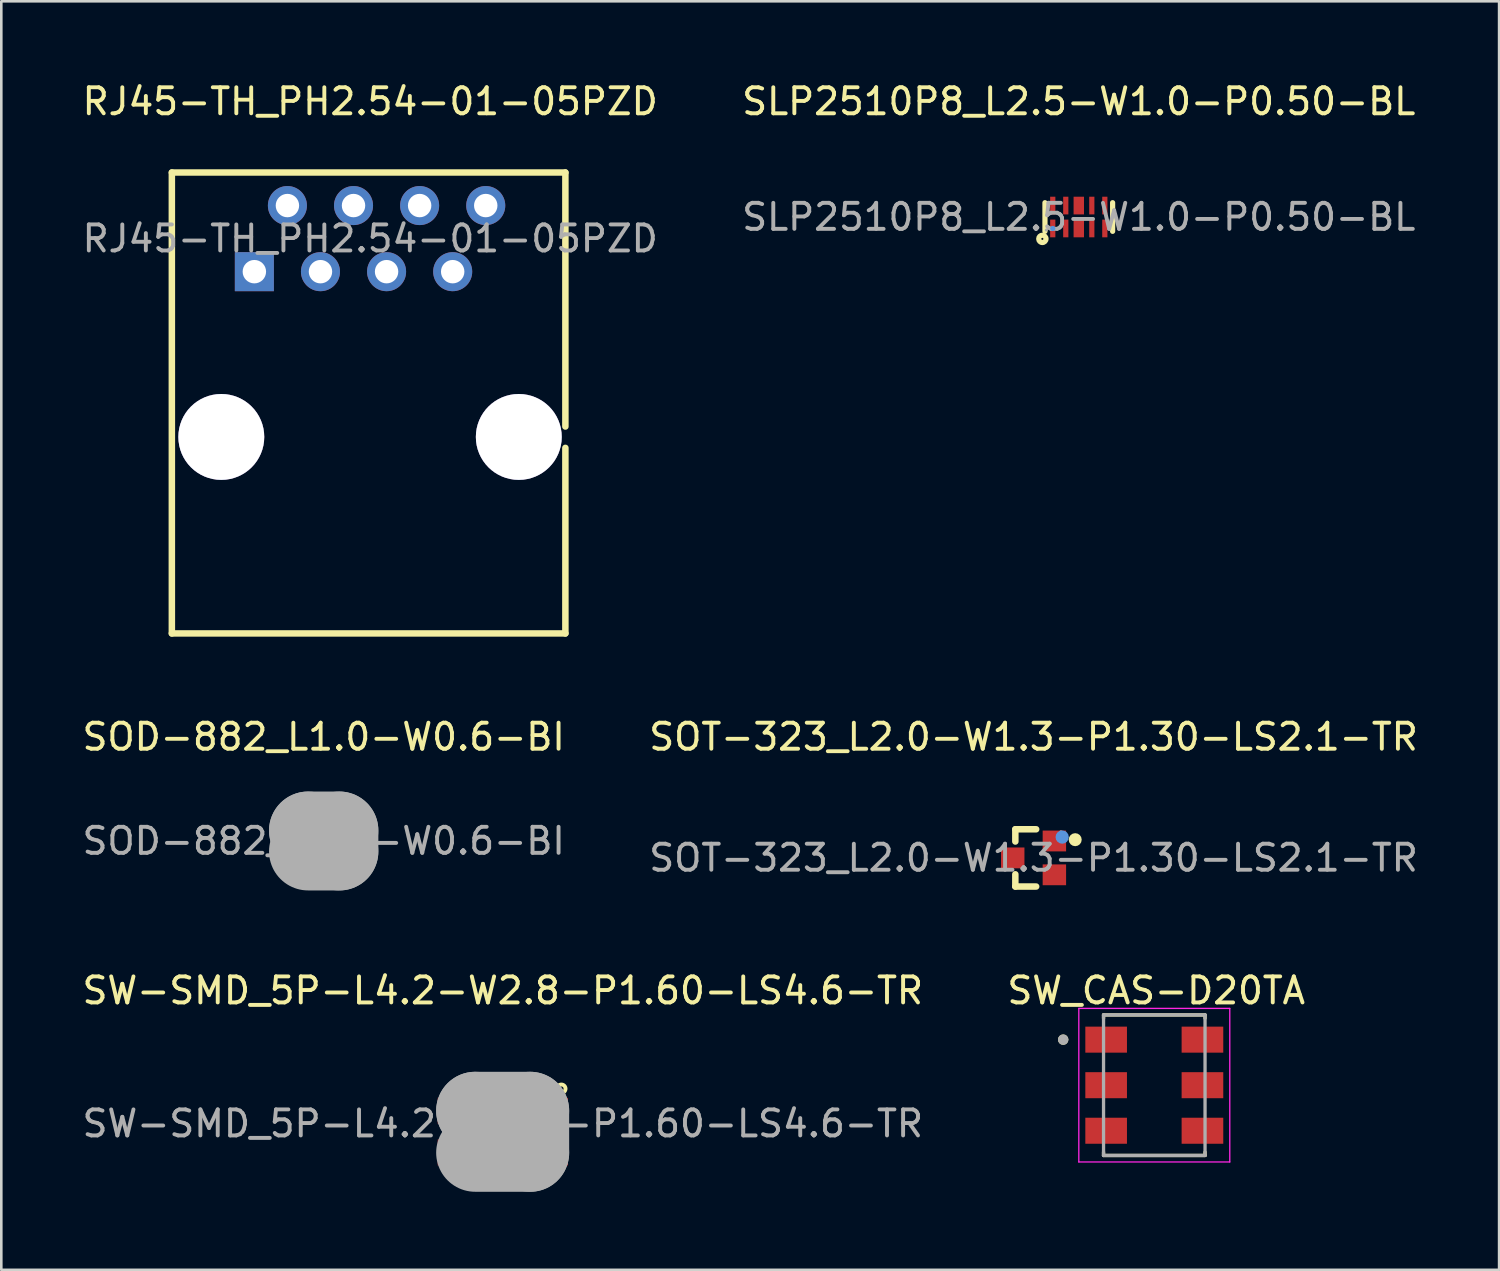
<source format=kicad_pcb>
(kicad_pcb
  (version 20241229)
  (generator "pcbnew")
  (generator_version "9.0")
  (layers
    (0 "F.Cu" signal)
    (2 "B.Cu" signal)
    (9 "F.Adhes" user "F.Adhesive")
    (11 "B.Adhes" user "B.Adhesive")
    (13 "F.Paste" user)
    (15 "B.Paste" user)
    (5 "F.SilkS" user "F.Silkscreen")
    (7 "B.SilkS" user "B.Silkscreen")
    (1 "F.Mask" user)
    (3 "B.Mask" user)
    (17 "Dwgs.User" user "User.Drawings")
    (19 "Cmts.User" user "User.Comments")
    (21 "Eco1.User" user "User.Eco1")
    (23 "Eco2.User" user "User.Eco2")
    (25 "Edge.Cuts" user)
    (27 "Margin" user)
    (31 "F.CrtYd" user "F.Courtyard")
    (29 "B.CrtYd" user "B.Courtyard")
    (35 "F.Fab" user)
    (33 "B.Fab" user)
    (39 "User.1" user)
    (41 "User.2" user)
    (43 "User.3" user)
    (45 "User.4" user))
  (footprint "SW_CAS-D20TA"
    (layer "F.Cu")
    (at 41.3 38.645)
    (property "Reference" "SW_CAS-D20TA" (at 0.075 -3.635 0) (layer "F.SilkS") (effects (font (size 1 1) (thickness 0.15))))
    (attr smd)
    (fp_line (start -1.95 -2.57) (end -1.95 -2.7) (stroke (width 0.127) (type solid)) (layer "F.SilkS"))
    (fp_line (start -1.95 2.57) (end -1.95 2.7) (stroke (width 0.127) (type solid)) (layer "F.SilkS"))
    (fp_line (start -1.95 2.7) (end 1.95 2.7) (stroke (width 0.127) (type solid)) (layer "F.SilkS"))
    (fp_line (start 1.95 -2.7) (end -1.95 -2.7) (stroke (width 0.127) (type solid)) (layer "F.SilkS"))
    (fp_line (start 1.95 -2.57) (end 1.95 -2.7) (stroke (width 0.127) (type solid)) (layer "F.SilkS"))
    (fp_line (start 1.95 2.57) (end 1.95 2.7) (stroke (width 0.127) (type solid)) (layer "F.SilkS"))
    (fp_circle (center -3.5 -1.75) (end -3.4 -1.75) (stroke (width 0.2) (type solid)) (fill no) (layer "F.SilkS"))
    (fp_line (start -2.9 -2.95) (end -2.9 2.95) (stroke (width 0.05) (type solid)) (layer "F.CrtYd"))
    (fp_line (start -2.9 2.95) (end 2.9 2.95) (stroke (width 0.05) (type solid)) (layer "F.CrtYd"))
    (fp_line (start 2.9 -2.95) (end -2.9 -2.95) (stroke (width 0.05) (type solid)) (layer "F.CrtYd"))
    (fp_line (start 2.9 2.95) (end 2.9 -2.95) (stroke (width 0.05) (type solid)) (layer "F.CrtYd"))
    (fp_line (start -1.95 -2.7) (end -1.95 2.7) (stroke (width 0.127) (type solid)) (layer "F.Fab"))
    (fp_line (start -1.95 2.7) (end 1.95 2.7) (stroke (width 0.127) (type solid)) (layer "F.Fab"))
    (fp_line (start 1.95 -2.7) (end -1.95 -2.7) (stroke (width 0.127) (type solid)) (layer "F.Fab"))
    (fp_line (start 1.95 2.7) (end 1.95 -2.7) (stroke (width 0.127) (type solid)) (layer "F.Fab"))
    (fp_circle (center -3.5 -1.75) (end -3.4 -1.75) (stroke (width 0.2) (type solid)) (fill no) (layer "F.Fab"))
    (pad "1" smd rect (at -1.85 -1.75) (size 1.6 1) (layers "F.Cu" "F.Mask" "F.Paste"))
    (pad "2" smd rect (at -1.85 0) (size 1.6 1) (layers "F.Cu" "F.Mask" "F.Paste"))
    (pad "3" smd rect (at -1.85 1.75) (size 1.6 1) (layers "F.Cu" "F.Mask" "F.Paste"))
    (pad "4" smd rect (at 1.85 -1.75) (size 1.6 1) (layers "F.Cu" "F.Mask" "F.Paste"))
    (pad "5" smd rect (at 1.85 0) (size 1.6 1) (layers "F.Cu" "F.Mask" "F.Paste"))
    (pad "6" smd rect (at 1.85 1.75) (size 1.6 1) (layers "F.Cu" "F.Mask" "F.Paste")))
  (footprint "RJ45-TH_PH2.54-01-05PZD"
    (layer "F.Cu")
    (at 11.173 6.118)
    (property "Reference" "RJ45-TH_PH2.54-01-05PZD" (at 0 -5.27 0) (layer "F.SilkS") (effects (font (size 1 1) (thickness 0.15))))
    (attr through_hole)
    (fp_line (start -7.62 -2.54) (end 7.5 -2.54) (stroke (width 0.25) (type solid)) (layer "F.SilkS"))
    (fp_line (start -7.62 15.17) (end -7.62 -2.54) (stroke (width 0.25) (type solid)) (layer "F.SilkS"))
    (fp_line (start 7.5 -2.54) (end 7.5 7.22) (stroke (width 0.25) (type solid)) (layer "F.SilkS"))
    (fp_line (start 7.5 8.04) (end 7.5 15.17) (stroke (width 0.25) (type solid)) (layer "F.SilkS"))
    (fp_line (start 7.5 15.17) (end -7.62 15.17) (stroke (width 0.25) (type solid)) (layer "F.SilkS"))
    (fp_text user "${REFERENCE}" (at 0 0 0) (layer "F.Fab") (effects (font (size 1 1) (thickness 0.15))))
    (pad "" thru_hole circle (at -5.72 7.62) (size 3.3 3.3) (drill 3.3) (layers "*.Cu" "*.Mask"))
    (pad "" thru_hole circle (at 5.71 7.62) (size 3.3 3.3) (drill 3.3) (layers "*.Cu" "*.Mask"))
    (pad "1" thru_hole rect (at -4.45 1.27) (size 1.5 1.5) (drill 0.9) (layers "*.Cu" "*.Mask"))
    (pad "2" thru_hole circle (at -3.18 -1.27) (size 1.5 1.5) (drill 0.9) (layers "*.Cu" "*.Mask"))
    (pad "3" thru_hole circle (at -1.91 1.27) (size 1.5 1.5) (drill 0.9) (layers "*.Cu" "*.Mask"))
    (pad "4" thru_hole circle (at -0.64 -1.27) (size 1.5 1.5) (drill 0.9) (layers "*.Cu" "*.Mask"))
    (pad "5" thru_hole circle (at 0.63 1.27) (size 1.5 1.5) (drill 0.9) (layers "*.Cu" "*.Mask"))
    (pad "6" thru_hole circle (at 1.9 -1.27) (size 1.5 1.5) (drill 0.9) (layers "*.Cu" "*.Mask"))
    (pad "7" thru_hole circle (at 3.17 1.27) (size 1.5 1.5) (drill 0.9) (layers "*.Cu" "*.Mask"))
    (pad "8" thru_hole circle (at 4.44 -1.27) (size 1.5 1.5) (drill 0.9) (layers "*.Cu" "*.Mask")))
  (footprint "SW-SMD_5P-L4.2-W2.8-P1.60-LS4.6-TR"
    (layer "F.Cu")
    (at 16.268 40.12)
    (property "Reference" "SW-SMD_5P-L4.2-W2.8-P1.60-LS4.6-TR" (at 0 -5.11 0) (layer "F.SilkS") (effects (font (size 1 1) (thickness 0.15))))
    (attr smd)
    (fp_line (start -2.2 0.31) (end -2.2 0.38) (stroke (width 0.25) (type solid)) (layer "F.SilkS"))
    (fp_line (start -2.2 0.38) (end -2.2 0.24) (stroke (width 0.25) (type solid)) (layer "F.SilkS"))
    (fp_line (start -1.49 -1.19) (end -1.08 -1.19) (stroke (width 0.25) (type solid)) (layer "F.SilkS"))
    (fp_line (start 1.08 -1.19) (end 1.49 -1.19) (stroke (width 0.25) (type solid)) (layer "F.SilkS"))
    (fp_line (start 1.49 1.81) (end -1.49 1.81) (stroke (width 0.25) (type solid)) (layer "F.SilkS"))
    (fp_line (start 2.2 0.38) (end 2.2 0.24) (stroke (width 0.25) (type solid)) (layer "F.SilkS"))
    (fp_circle (center 2.25 -1.34) (end 2.41 -1.34) (stroke (width 0.15) (type solid)) (fill no) (layer "F.SilkS"))
    (fp_line (start -1.06 -0.49) (end -1.06 -0.49) (stroke (width 3) (type solid)) (layer "F.Fab"))
    (fp_line (start -1.06 -0.49) (end 1.05 -0.49) (stroke (width 3) (type solid)) (layer "F.Fab"))
    (fp_line (start 1.05 -0.49) (end 1.05 1.12) (stroke (width 3) (type solid)) (layer "F.Fab"))
    (fp_line (start 1.05 1.12) (end -1.06 1.12) (stroke (width 3) (type solid)) (layer "F.Fab"))
    (fp_circle (center 2.3 -1.09) (end 2.33 -1.09) (stroke (width 0.06) (type solid)) (fill no) (layer "F.Fab"))
    (fp_text user "${REFERENCE}" (at 0 0 0) (layer "F.Fab") (effects (font (size 1 1) (thickness 0.15))))
    (pad "1" smd rect (at 2.05 -0.49) (size 0.9 1) (layers "F.Cu" "F.Mask" "F.Paste"))
    (pad "2" smd rect (at 2.05 1.11) (size 0.9 1) (layers "F.Cu" "F.Mask" "F.Paste"))
    (pad "3" smd rect (at -2.05 1.11) (size 0.9 1) (layers "F.Cu" "F.Mask" "F.Paste"))
    (pad "4" smd rect (at -2.05 -0.49) (size 0.9 1) (layers "F.Cu" "F.Mask" "F.Paste"))
    (pad "5" smd rect (at 0 -1.11) (size 1.7 0.55) (layers "F.Cu" "F.Mask" "F.Paste")))
  (footprint "SLP2510P8_L2.5-W1.0-P0.50-BL"
    (layer "F.Cu")
    (at 38.399 5.288)
    (property "Reference" "SLP2510P8_L2.5-W1.0-P0.50-BL" (at 0 -4.44 0) (layer "F.SilkS") (effects (font (size 1 1) (thickness 0.15))))
    (attr smd)
    (fp_line (start -1.3 -0.55) (end -1.3 0.55) (stroke (width 0.2) (type solid)) (layer "F.SilkS"))
    (fp_line (start 1.3 -0.55) (end 1.3 0.55) (stroke (width 0.2) (type solid)) (layer "F.SilkS"))
    (fp_circle (center -1.4 0.84) (end -1.36 0.84) (stroke (width 0.2) (type solid)) (fill no) (layer "F.SilkS"))
    (fp_circle (center -1 0.44) (end -0.95 0.44) (stroke (width 0.1) (type solid)) (fill no) (layer "Cmts.User"))
    (fp_circle (center -1.25 0.5) (end -1.22 0.5) (stroke (width 0.06) (type solid)) (fill no) (layer "F.Fab"))
    (fp_text user "${REFERENCE}" (at 0 0 0) (layer "F.Fab") (effects (font (size 1 1) (thickness 0.15))))
    (pad "1" smd rect (at -1 0.44) (size 0.2 0.68) (layers "F.Cu" "F.Mask" "F.Paste"))
    (pad "2" smd rect (at -0.5 0.44) (size 0.2 0.68) (layers "F.Cu" "F.Mask" "F.Paste"))
    (pad "3" smd rect (at 0 0.44) (size 0.4 0.68) (layers "F.Cu" "F.Mask" "F.Paste"))
    (pad "4" smd rect (at 0.5 0.44) (size 0.2 0.68) (layers "F.Cu" "F.Mask" "F.Paste"))
    (pad "5" smd rect (at 1 0.44) (size 0.2 0.68) (layers "F.Cu" "F.Mask" "F.Paste"))
    (pad "6" smd rect (at 1 -0.44) (size 0.2 0.68) (layers "F.Cu" "F.Mask" "F.Paste"))
    (pad "7" smd rect (at 0.5 -0.44) (size 0.2 0.68) (layers "F.Cu" "F.Mask" "F.Paste"))
    (pad "8" smd rect (at 0 -0.44) (size 0.4 0.68) (layers "F.Cu" "F.Mask" "F.Paste"))
    (pad "9" smd rect (at -0.5 -0.44) (size 0.2 0.68) (layers "F.Cu" "F.Mask" "F.Paste"))
    (pad "10" smd rect (at -1 -0.44) (size 0.2 0.68) (layers "F.Cu" "F.Mask" "F.Paste")))
  (footprint "SOT-323_L2.0-W1.3-P1.30-LS2.1-TR"
    (layer "F.Cu")
    (at 36.661 29.912)
    (property "Reference" "SOT-323_L2.0-W1.3-P1.30-LS2.1-TR" (at 0 -4.65 0) (layer "F.SilkS") (effects (font (size 1 1) (thickness 0.15))))
    (attr smd)
    (fp_line (start -0.7 -1.1) (end 0.1 -1.1) (stroke (width 0.25) (type solid)) (layer "F.SilkS"))
    (fp_line (start -0.7 -0.63) (end -0.7 -1.1) (stroke (width 0.25) (type solid)) (layer "F.SilkS"))
    (fp_line (start -0.7 1.1) (end -0.7 0.63) (stroke (width 0.25) (type solid)) (layer "F.SilkS"))
    (fp_line (start -0.7 1.1) (end 0.1 1.1) (stroke (width 0.25) (type solid)) (layer "F.SilkS"))
    (fp_arc (start 1.6 -0.7) (mid 1.6 -0.7) (end 1.6 -0.7) (stroke (width 0.25) (type solid)) (layer "F.SilkS"))
    (fp_circle (center 1.1 -0.8) (end 1.23 -0.8) (stroke (width 0.25) (type solid)) (fill no) (layer "Cmts.User"))
    (fp_circle (center 1.05 -1) (end 1.08 -1) (stroke (width 0.06) (type solid)) (fill no) (layer "F.Fab"))
    (fp_text user "${REFERENCE}" (at 0 0 0) (layer "F.Fab") (effects (font (size 1 1) (thickness 0.15))))
    (pad "1" smd rect (at 0.8 -0.65 90) (size 0.8 0.9) (layers "F.Cu" "F.Mask" "F.Paste"))
    (pad "2" smd rect (at 0.8 0.65 90) (size 0.8 0.9) (layers "F.Cu" "F.Mask" "F.Paste"))
    (pad "3" smd rect (at -0.8 0 90) (size 0.8 0.9) (layers "F.Cu" "F.Mask" "F.Paste")))
  (footprint "SOD-882_L1.0-W0.6-BI"
    (layer "F.Cu")
    (at 9.387 29.262)
    (property "Reference" "SOD-882_L1.0-W0.6-BI" (at 0 -4 0) (layer "F.SilkS") (effects (font (size 1 1) (thickness 0.15))))
    (attr through_hole)
    (fp_line (start -0.75 0.25) (end -0.75 -0.25) (stroke (width 0.1) (type solid)) (layer "F.SilkS"))
    (fp_line (start 0.75 -0.25) (end 0.75 0.25) (stroke (width 0.1) (type solid)) (layer "F.SilkS"))
    (fp_line (start -0.6 -0.4) (end -0.6 -0.4) (stroke (width 3) (type solid)) (layer "F.Fab"))
    (fp_line (start -0.6 -0.4) (end 0.6 -0.4) (stroke (width 3) (type solid)) (layer "F.Fab"))
    (fp_line (start 0.6 -0.4) (end 0.6 0.4) (stroke (width 3) (type solid)) (layer "F.Fab"))
    (fp_line (start 0.6 0.4) (end -0.6 0.4) (stroke (width 3) (type solid)) (layer "F.Fab"))
    (fp_circle (center -0.5 0.3) (end -0.47 0.3) (stroke (width 0.06) (type solid)) (fill no) (layer "F.Fab"))
    (fp_text user "${REFERENCE}" (at 0 0 0) (layer "F.Fab") (effects (font (size 1 1) (thickness 0.15))))
    (pad "1" smd rect (at -0.32 0) (size 0.3 0.6) (layers "F.Cu" "F.Mask" "F.Paste"))
    (pad "2" smd rect (at 0.32 0) (size 0.3 0.6) (layers "F.Cu" "F.Mask" "F.Paste")))
  (gr_rect
    (start -3 -3)
    (end 54.548 45.74)
    (stroke (width 0.1) (type default))
    (fill no)
    (layer "Edge.Cuts")))
</source>
